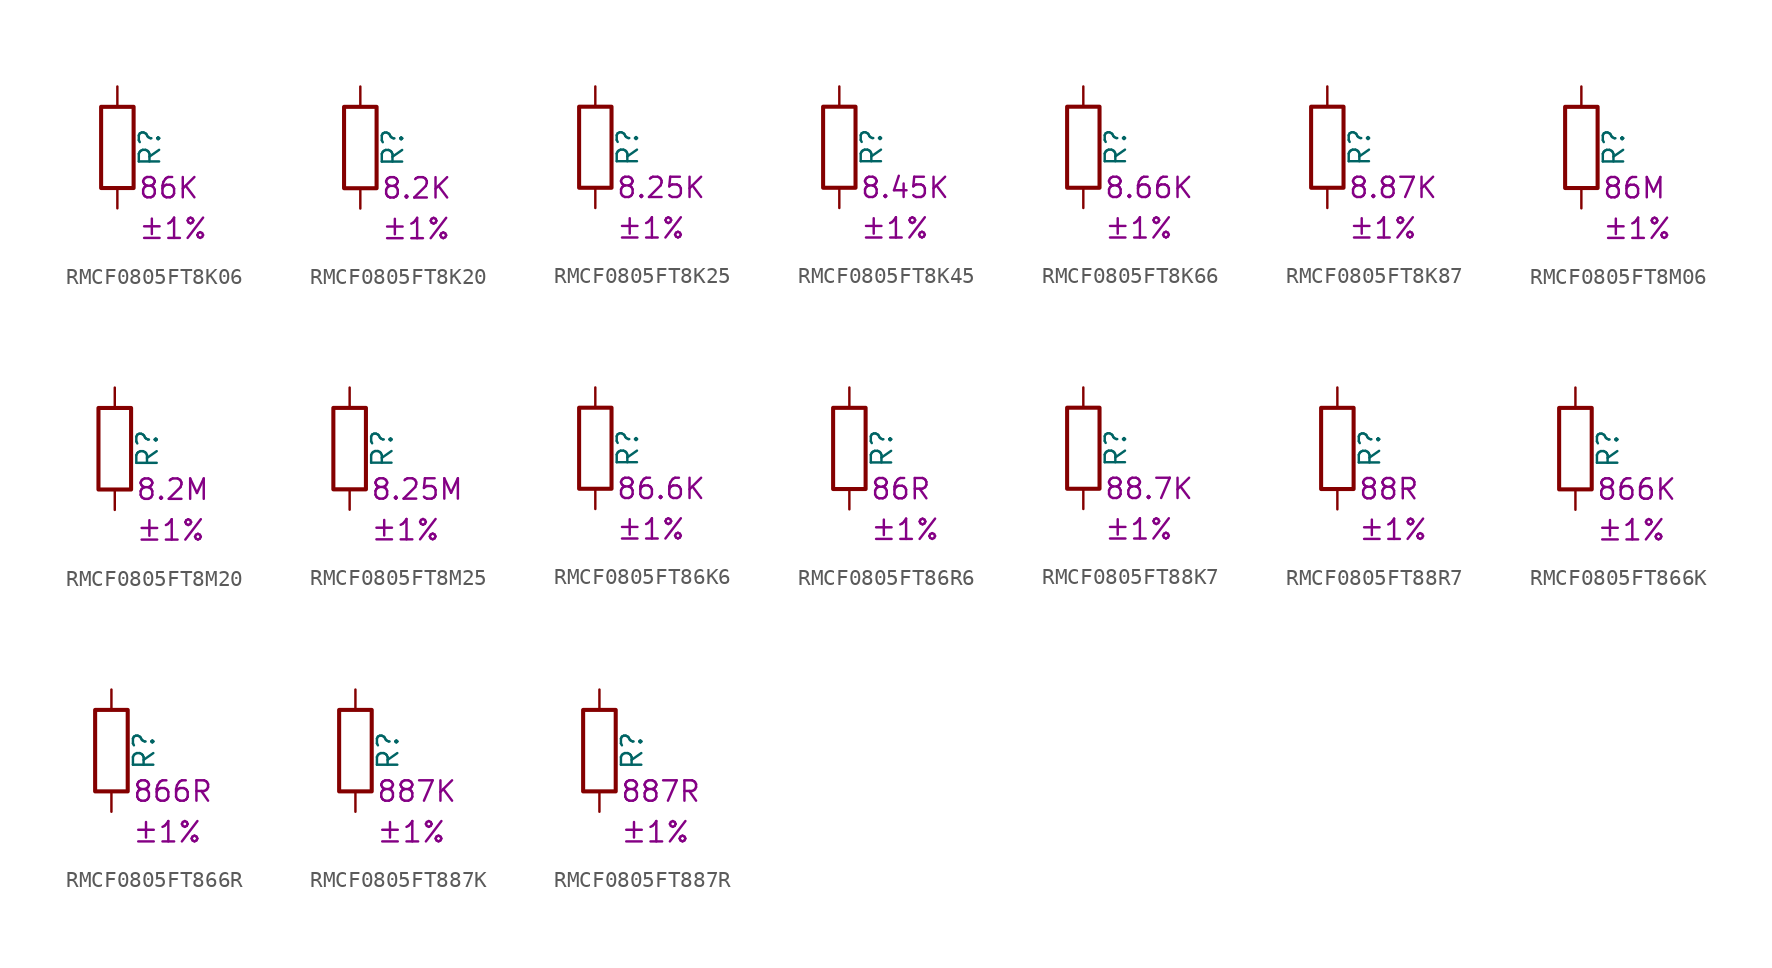
<source format=kicad_sym>
(kicad_symbol_lib
  (version 20220914)
  (generator kicad_symbol_editor)
  (symbol "RMCF0805FT8K06"
    (pin_numbers hide)
    (pin_names
      (offset 0))
    (property "Reference" "R"
      (at 2.032 0 90)
      (effects (font (size 1.27 1.27))))
    (property "Resistance" "86K"
      (at 1.27 -2.54 0)
      (effects (font (size 1.27 1.27)) (justify left)))
    (property "Tolerance" "±1%"
      (at 1.27 -5.08 0)
      (effects (font (size 1.27 1.27)) (justify left)))
    (symbol "RMCF0805FT8K06_0_1"
      (rectangle (start -1.016 -2.54) (end 1.016 2.54) (stroke (width 0.254) (type default)) (fill (type none))))
    (symbol "RMCF0805FT8K06_1_1"
      (pin passive line (at 0 3.81 270) (length 1.27) (name "~" (effects (font (size 1.27 1.27)))) (number "1" (effects (font (size 1.27 1.27)))))
      (pin passive line (at 0 -3.81 90) (length 1.27) (name "~" (effects (font (size 1.27 1.27)))) (number "2" (effects (font (size 1.27 1.27)))))))
  (symbol "RMCF0805FT8K20"
    (pin_numbers hide)
    (pin_names
      (offset 0))
    (property "Reference" "R"
      (at 2.032 0 90)
      (effects (font (size 1.27 1.27))))
    (property "Resistance" "8.2K"
      (at 1.27 -2.54 0)
      (effects (font (size 1.27 1.27)) (justify left)))
    (property "Tolerance" "±1%"
      (at 1.27 -5.08 0)
      (effects (font (size 1.27 1.27)) (justify left)))
    (symbol "RMCF0805FT8K20_0_1"
      (rectangle (start -1.016 -2.54) (end 1.016 2.54) (stroke (width 0.254) (type default)) (fill (type none))))
    (symbol "RMCF0805FT8K20_1_1"
      (pin passive line (at 0 3.81 270) (length 1.27) (name "~" (effects (font (size 1.27 1.27)))) (number "1" (effects (font (size 1.27 1.27)))))
      (pin passive line (at 0 -3.81 90) (length 1.27) (name "~" (effects (font (size 1.27 1.27)))) (number "2" (effects (font (size 1.27 1.27)))))))
  (symbol "RMCF0805FT8K25"
    (pin_numbers hide)
    (pin_names
      (offset 0))
    (property "Reference" "R"
      (at 2.032 0 90)
      (effects (font (size 1.27 1.27))))
    (property "Resistance" "8.25K"
      (at 1.27 -2.54 0)
      (effects (font (size 1.27 1.27)) (justify left)))
    (property "Tolerance" "±1%"
      (at 1.27 -5.08 0)
      (effects (font (size 1.27 1.27)) (justify left)))
    (symbol "RMCF0805FT8K25_0_1"
      (rectangle (start -1.016 -2.54) (end 1.016 2.54) (stroke (width 0.254) (type default)) (fill (type none))))
    (symbol "RMCF0805FT8K25_1_1"
      (pin passive line (at 0 3.81 270) (length 1.27) (name "~" (effects (font (size 1.27 1.27)))) (number "1" (effects (font (size 1.27 1.27)))))
      (pin passive line (at 0 -3.81 90) (length 1.27) (name "~" (effects (font (size 1.27 1.27)))) (number "2" (effects (font (size 1.27 1.27)))))))
  (symbol "RMCF0805FT8K45"
    (pin_numbers hide)
    (pin_names
      (offset 0))
    (property "Reference" "R"
      (at 2.032 0 90)
      (effects (font (size 1.27 1.27))))
    (property "Resistance" "8.45K"
      (at 1.27 -2.54 0)
      (effects (font (size 1.27 1.27)) (justify left)))
    (property "Tolerance" "±1%"
      (at 1.27 -5.08 0)
      (effects (font (size 1.27 1.27)) (justify left)))
    (symbol "RMCF0805FT8K45_0_1"
      (rectangle (start -1.016 -2.54) (end 1.016 2.54) (stroke (width 0.254) (type default)) (fill (type none))))
    (symbol "RMCF0805FT8K45_1_1"
      (pin passive line (at 0 3.81 270) (length 1.27) (name "~" (effects (font (size 1.27 1.27)))) (number "1" (effects (font (size 1.27 1.27)))))
      (pin passive line (at 0 -3.81 90) (length 1.27) (name "~" (effects (font (size 1.27 1.27)))) (number "2" (effects (font (size 1.27 1.27)))))))
  (symbol "RMCF0805FT8K66"
    (pin_numbers hide)
    (pin_names
      (offset 0))
    (property "Reference" "R"
      (at 2.032 0 90)
      (effects (font (size 1.27 1.27))))
    (property "Resistance" "8.66K"
      (at 1.27 -2.54 0)
      (effects (font (size 1.27 1.27)) (justify left)))
    (property "Tolerance" "±1%"
      (at 1.27 -5.08 0)
      (effects (font (size 1.27 1.27)) (justify left)))
    (symbol "RMCF0805FT8K66_0_1"
      (rectangle (start -1.016 -2.54) (end 1.016 2.54) (stroke (width 0.254) (type default)) (fill (type none))))
    (symbol "RMCF0805FT8K66_1_1"
      (pin passive line (at 0 3.81 270) (length 1.27) (name "~" (effects (font (size 1.27 1.27)))) (number "1" (effects (font (size 1.27 1.27)))))
      (pin passive line (at 0 -3.81 90) (length 1.27) (name "~" (effects (font (size 1.27 1.27)))) (number "2" (effects (font (size 1.27 1.27)))))))
  (symbol "RMCF0805FT8K87"
    (pin_numbers hide)
    (pin_names
      (offset 0))
    (property "Reference" "R"
      (at 2.032 0 90)
      (effects (font (size 1.27 1.27))))
    (property "Resistance" "8.87K"
      (at 1.27 -2.54 0)
      (effects (font (size 1.27 1.27)) (justify left)))
    (property "Tolerance" "±1%"
      (at 1.27 -5.08 0)
      (effects (font (size 1.27 1.27)) (justify left)))
    (symbol "RMCF0805FT8K87_0_1"
      (rectangle (start -1.016 -2.54) (end 1.016 2.54) (stroke (width 0.254) (type default)) (fill (type none))))
    (symbol "RMCF0805FT8K87_1_1"
      (pin passive line (at 0 3.81 270) (length 1.27) (name "~" (effects (font (size 1.27 1.27)))) (number "1" (effects (font (size 1.27 1.27)))))
      (pin passive line (at 0 -3.81 90) (length 1.27) (name "~" (effects (font (size 1.27 1.27)))) (number "2" (effects (font (size 1.27 1.27)))))))
  (symbol "RMCF0805FT8M06"
    (pin_numbers hide)
    (pin_names
      (offset 0))
    (property "Reference" "R"
      (at 2.032 0 90)
      (effects (font (size 1.27 1.27))))
    (property "Resistance" "86M"
      (at 1.27 -2.54 0)
      (effects (font (size 1.27 1.27)) (justify left)))
    (property "Tolerance" "±1%"
      (at 1.27 -5.08 0)
      (effects (font (size 1.27 1.27)) (justify left)))
    (symbol "RMCF0805FT8M06_0_1"
      (rectangle (start -1.016 -2.54) (end 1.016 2.54) (stroke (width 0.254) (type default)) (fill (type none))))
    (symbol "RMCF0805FT8M06_1_1"
      (pin passive line (at 0 3.81 270) (length 1.27) (name "~" (effects (font (size 1.27 1.27)))) (number "1" (effects (font (size 1.27 1.27)))))
      (pin passive line (at 0 -3.81 90) (length 1.27) (name "~" (effects (font (size 1.27 1.27)))) (number "2" (effects (font (size 1.27 1.27)))))))
  (symbol "RMCF0805FT8M20"
    (pin_numbers hide)
    (pin_names
      (offset 0))
    (property "Reference" "R"
      (at 2.032 0 90)
      (effects (font (size 1.27 1.27))))
    (property "Resistance" "8.2M"
      (at 1.27 -2.54 0)
      (effects (font (size 1.27 1.27)) (justify left)))
    (property "Tolerance" "±1%"
      (at 1.27 -5.08 0)
      (effects (font (size 1.27 1.27)) (justify left)))
    (symbol "RMCF0805FT8M20_0_1"
      (rectangle (start -1.016 -2.54) (end 1.016 2.54) (stroke (width 0.254) (type default)) (fill (type none))))
    (symbol "RMCF0805FT8M20_1_1"
      (pin passive line (at 0 3.81 270) (length 1.27) (name "~" (effects (font (size 1.27 1.27)))) (number "1" (effects (font (size 1.27 1.27)))))
      (pin passive line (at 0 -3.81 90) (length 1.27) (name "~" (effects (font (size 1.27 1.27)))) (number "2" (effects (font (size 1.27 1.27)))))))
  (symbol "RMCF0805FT8M25"
    (pin_numbers hide)
    (pin_names
      (offset 0))
    (property "Reference" "R"
      (at 2.032 0 90)
      (effects (font (size 1.27 1.27))))
    (property "Resistance" "8.25M"
      (at 1.27 -2.54 0)
      (effects (font (size 1.27 1.27)) (justify left)))
    (property "Tolerance" "±1%"
      (at 1.27 -5.08 0)
      (effects (font (size 1.27 1.27)) (justify left)))
    (symbol "RMCF0805FT8M25_0_1"
      (rectangle (start -1.016 -2.54) (end 1.016 2.54) (stroke (width 0.254) (type default)) (fill (type none))))
    (symbol "RMCF0805FT8M25_1_1"
      (pin passive line (at 0 3.81 270) (length 1.27) (name "~" (effects (font (size 1.27 1.27)))) (number "1" (effects (font (size 1.27 1.27)))))
      (pin passive line (at 0 -3.81 90) (length 1.27) (name "~" (effects (font (size 1.27 1.27)))) (number "2" (effects (font (size 1.27 1.27)))))))
  (symbol "RMCF0805FT86K6"
    (pin_numbers hide)
    (pin_names
      (offset 0))
    (property "Reference" "R"
      (at 2.032 0 90)
      (effects (font (size 1.27 1.27))))
    (property "Resistance" "86.6K"
      (at 1.27 -2.54 0)
      (effects (font (size 1.27 1.27)) (justify left)))
    (property "Tolerance" "±1%"
      (at 1.27 -5.08 0)
      (effects (font (size 1.27 1.27)) (justify left)))
    (symbol "RMCF0805FT86K6_0_1"
      (rectangle (start -1.016 -2.54) (end 1.016 2.54) (stroke (width 0.254) (type default)) (fill (type none))))
    (symbol "RMCF0805FT86K6_1_1"
      (pin passive line (at 0 3.81 270) (length 1.27) (name "~" (effects (font (size 1.27 1.27)))) (number "1" (effects (font (size 1.27 1.27)))))
      (pin passive line (at 0 -3.81 90) (length 1.27) (name "~" (effects (font (size 1.27 1.27)))) (number "2" (effects (font (size 1.27 1.27)))))))
  (symbol "RMCF0805FT86R6"
    (pin_numbers hide)
    (pin_names
      (offset 0))
    (property "Reference" "R"
      (at 2.032 0 90)
      (effects (font (size 1.27 1.27))))
    (property "Resistance" "86R"
      (at 1.27 -2.54 0)
      (effects (font (size 1.27 1.27)) (justify left)))
    (property "Tolerance" "±1%"
      (at 1.27 -5.08 0)
      (effects (font (size 1.27 1.27)) (justify left)))
    (symbol "RMCF0805FT86R6_0_1"
      (rectangle (start -1.016 -2.54) (end 1.016 2.54) (stroke (width 0.254) (type default)) (fill (type none))))
    (symbol "RMCF0805FT86R6_1_1"
      (pin passive line (at 0 3.81 270) (length 1.27) (name "~" (effects (font (size 1.27 1.27)))) (number "1" (effects (font (size 1.27 1.27)))))
      (pin passive line (at 0 -3.81 90) (length 1.27) (name "~" (effects (font (size 1.27 1.27)))) (number "2" (effects (font (size 1.27 1.27)))))))
  (symbol "RMCF0805FT88K7"
    (pin_numbers hide)
    (pin_names
      (offset 0))
    (property "Reference" "R"
      (at 2.032 0 90)
      (effects (font (size 1.27 1.27))))
    (property "Resistance" "88.7K"
      (at 1.27 -2.54 0)
      (effects (font (size 1.27 1.27)) (justify left)))
    (property "Tolerance" "±1%"
      (at 1.27 -5.08 0)
      (effects (font (size 1.27 1.27)) (justify left)))
    (symbol "RMCF0805FT88K7_0_1"
      (rectangle (start -1.016 -2.54) (end 1.016 2.54) (stroke (width 0.254) (type default)) (fill (type none))))
    (symbol "RMCF0805FT88K7_1_1"
      (pin passive line (at 0 3.81 270) (length 1.27) (name "~" (effects (font (size 1.27 1.27)))) (number "1" (effects (font (size 1.27 1.27)))))
      (pin passive line (at 0 -3.81 90) (length 1.27) (name "~" (effects (font (size 1.27 1.27)))) (number "2" (effects (font (size 1.27 1.27)))))))
  (symbol "RMCF0805FT88R7"
    (pin_numbers hide)
    (pin_names
      (offset 0))
    (property "Reference" "R"
      (at 2.032 0 90)
      (effects (font (size 1.27 1.27))))
    (property "Resistance" "88R"
      (at 1.27 -2.54 0)
      (effects (font (size 1.27 1.27)) (justify left)))
    (property "Tolerance" "±1%"
      (at 1.27 -5.08 0)
      (effects (font (size 1.27 1.27)) (justify left)))
    (symbol "RMCF0805FT88R7_0_1"
      (rectangle (start -1.016 -2.54) (end 1.016 2.54) (stroke (width 0.254) (type default)) (fill (type none))))
    (symbol "RMCF0805FT88R7_1_1"
      (pin passive line (at 0 3.81 270) (length 1.27) (name "~" (effects (font (size 1.27 1.27)))) (number "1" (effects (font (size 1.27 1.27)))))
      (pin passive line (at 0 -3.81 90) (length 1.27) (name "~" (effects (font (size 1.27 1.27)))) (number "2" (effects (font (size 1.27 1.27)))))))
  (symbol "RMCF0805FT866K"
    (pin_numbers hide)
    (pin_names
      (offset 0))
    (property "Reference" "R"
      (at 2.032 0 90)
      (effects (font (size 1.27 1.27))))
    (property "Resistance" "866K"
      (at 1.27 -2.54 0)
      (effects (font (size 1.27 1.27)) (justify left)))
    (property "Tolerance" "±1%"
      (at 1.27 -5.08 0)
      (effects (font (size 1.27 1.27)) (justify left)))
    (symbol "RMCF0805FT866K_0_1"
      (rectangle (start -1.016 -2.54) (end 1.016 2.54) (stroke (width 0.254) (type default)) (fill (type none))))
    (symbol "RMCF0805FT866K_1_1"
      (pin passive line (at 0 3.81 270) (length 1.27) (name "~" (effects (font (size 1.27 1.27)))) (number "1" (effects (font (size 1.27 1.27)))))
      (pin passive line (at 0 -3.81 90) (length 1.27) (name "~" (effects (font (size 1.27 1.27)))) (number "2" (effects (font (size 1.27 1.27)))))))
  (symbol "RMCF0805FT866R"
    (pin_numbers hide)
    (pin_names
      (offset 0))
    (property "Reference" "R"
      (at 2.032 0 90)
      (effects (font (size 1.27 1.27))))
    (property "Resistance" "866R"
      (at 1.27 -2.54 0)
      (effects (font (size 1.27 1.27)) (justify left)))
    (property "Tolerance" "±1%"
      (at 1.27 -5.08 0)
      (effects (font (size 1.27 1.27)) (justify left)))
    (symbol "RMCF0805FT866R_0_1"
      (rectangle (start -1.016 -2.54) (end 1.016 2.54) (stroke (width 0.254) (type default)) (fill (type none))))
    (symbol "RMCF0805FT866R_1_1"
      (pin passive line (at 0 3.81 270) (length 1.27) (name "~" (effects (font (size 1.27 1.27)))) (number "1" (effects (font (size 1.27 1.27)))))
      (pin passive line (at 0 -3.81 90) (length 1.27) (name "~" (effects (font (size 1.27 1.27)))) (number "2" (effects (font (size 1.27 1.27)))))))
  (symbol "RMCF0805FT887K"
    (pin_numbers hide)
    (pin_names
      (offset 0))
    (property "Reference" "R"
      (at 2.032 0 90)
      (effects (font (size 1.27 1.27))))
    (property "Resistance" "887K"
      (at 1.27 -2.54 0)
      (effects (font (size 1.27 1.27)) (justify left)))
    (property "Tolerance" "±1%"
      (at 1.27 -5.08 0)
      (effects (font (size 1.27 1.27)) (justify left)))
    (symbol "RMCF0805FT887K_0_1"
      (rectangle (start -1.016 -2.54) (end 1.016 2.54) (stroke (width 0.254) (type default)) (fill (type none))))
    (symbol "RMCF0805FT887K_1_1"
      (pin passive line (at 0 3.81 270) (length 1.27) (name "~" (effects (font (size 1.27 1.27)))) (number "1" (effects (font (size 1.27 1.27)))))
      (pin passive line (at 0 -3.81 90) (length 1.27) (name "~" (effects (font (size 1.27 1.27)))) (number "2" (effects (font (size 1.27 1.27)))))))
  (symbol "RMCF0805FT887R"
    (pin_numbers hide)
    (pin_names
      (offset 0))
    (property "Reference" "R"
      (at 2.032 0 90)
      (effects (font (size 1.27 1.27))))
    (property "Resistance" "887R"
      (at 1.27 -2.54 0)
      (effects (font (size 1.27 1.27)) (justify left)))
    (property "Tolerance" "±1%"
      (at 1.27 -5.08 0)
      (effects (font (size 1.27 1.27)) (justify left)))
    (symbol "RMCF0805FT887R_0_1"
      (rectangle (start -1.016 -2.54) (end 1.016 2.54) (stroke (width 0.254) (type default)) (fill (type none))))
    (symbol "RMCF0805FT887R_1_1"
      (pin passive line (at 0 3.81 270) (length 1.27) (name "~" (effects (font (size 1.27 1.27)))) (number "1" (effects (font (size 1.27 1.27)))))
      (pin passive line (at 0 -3.81 90) (length 1.27) (name "~" (effects (font (size 1.27 1.27)))) (number "2" (effects (font (size 1.27 1.27))))))))
</source>
